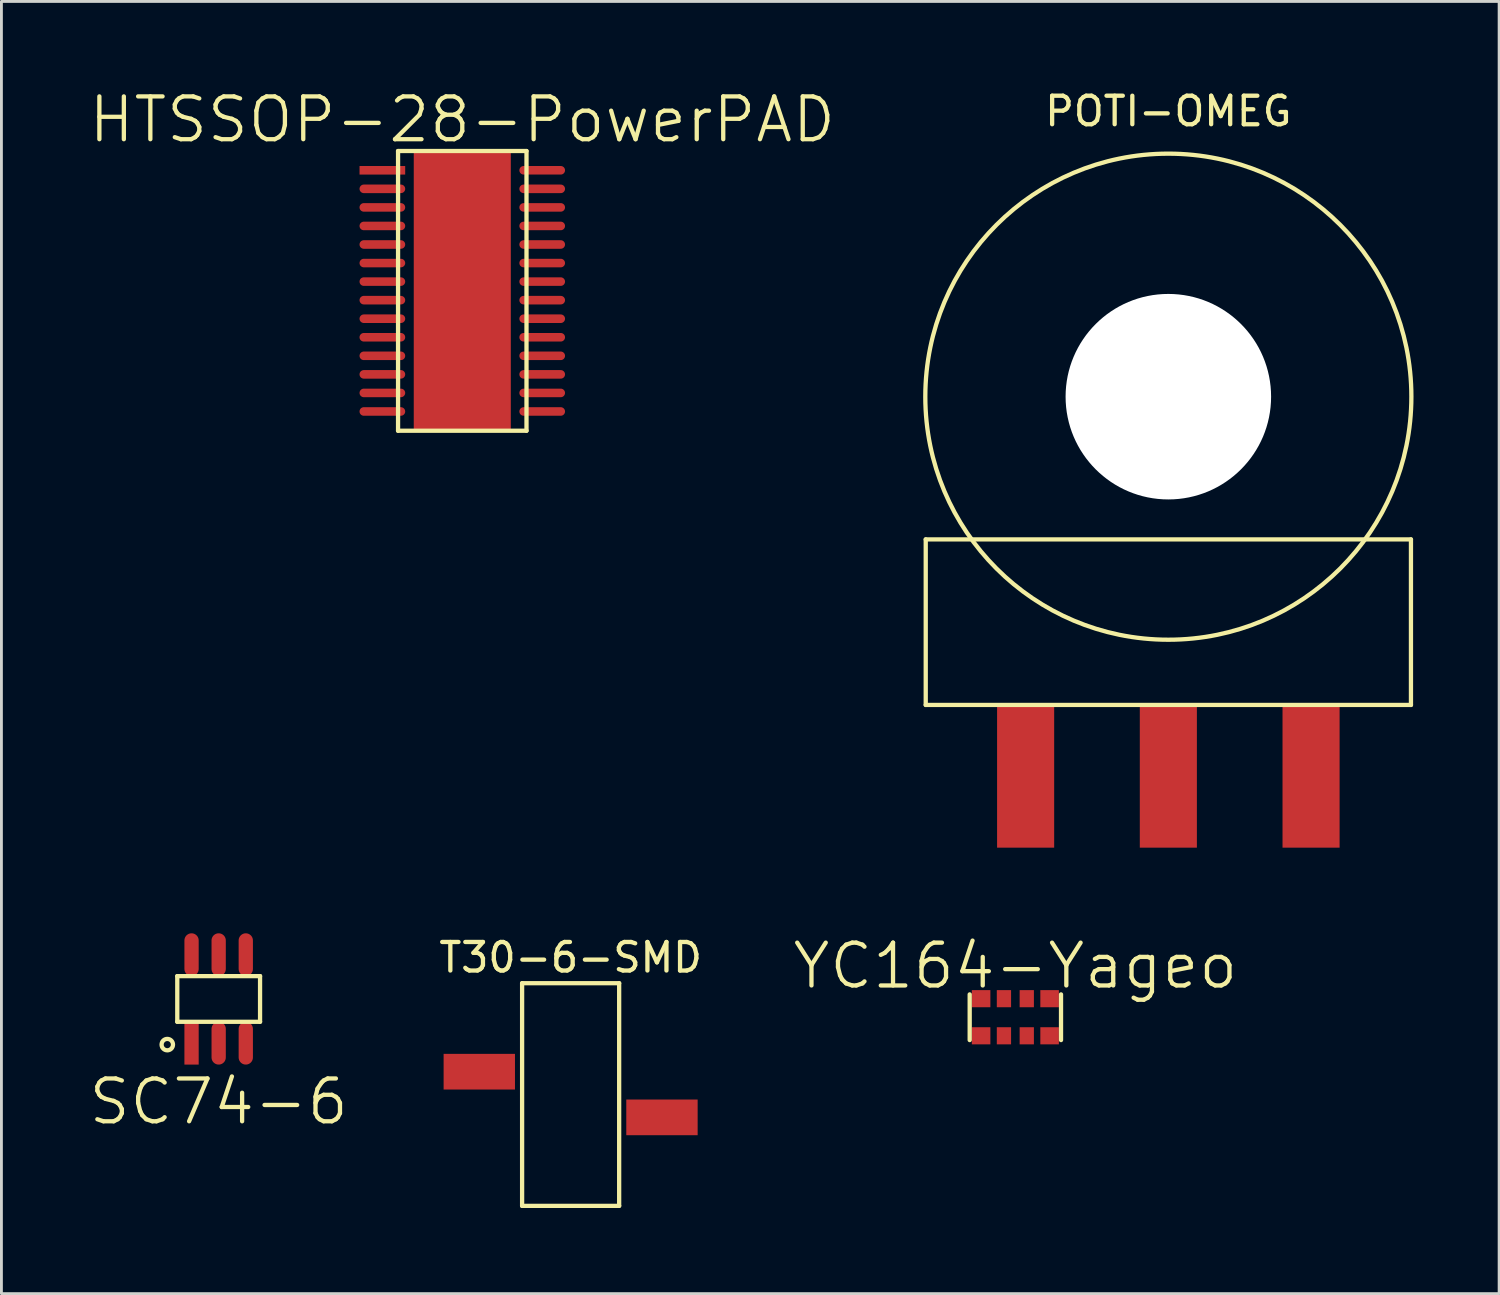
<source format=kicad_pcb>
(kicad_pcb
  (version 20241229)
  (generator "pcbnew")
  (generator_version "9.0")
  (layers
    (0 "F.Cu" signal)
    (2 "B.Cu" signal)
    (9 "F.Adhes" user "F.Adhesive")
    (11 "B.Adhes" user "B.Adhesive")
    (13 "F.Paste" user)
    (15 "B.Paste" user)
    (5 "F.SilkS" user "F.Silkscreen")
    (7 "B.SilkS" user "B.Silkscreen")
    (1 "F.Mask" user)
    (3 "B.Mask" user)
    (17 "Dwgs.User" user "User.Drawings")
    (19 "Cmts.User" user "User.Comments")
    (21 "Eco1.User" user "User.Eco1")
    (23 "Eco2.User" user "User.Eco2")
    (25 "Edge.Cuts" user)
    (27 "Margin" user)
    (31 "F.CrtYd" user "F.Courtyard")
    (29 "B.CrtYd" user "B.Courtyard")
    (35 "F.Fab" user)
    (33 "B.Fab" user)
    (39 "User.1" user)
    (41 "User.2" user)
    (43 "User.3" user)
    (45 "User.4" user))
  (footprint "SC74-6"
    (layer "F.Cu")
    (at 4.611 31.948)
    (property "Reference" "SC74-6" (at 0 3.6 0) (layer "F.SilkS") (effects (font (size 1.5 1.5) (thickness 0.15))))
    (attr through_hole)
    (fp_line (start -1.45 -0.8) (end -1.45 0.8) (stroke (width 0.15) (type solid)) (layer "F.SilkS"))
    (fp_line (start -1.45 0.8) (end 1.45 0.8) (stroke (width 0.15) (type solid)) (layer "F.SilkS"))
    (fp_line (start 1.45 -0.8) (end -1.45 -0.8) (stroke (width 0.15) (type solid)) (layer "F.SilkS"))
    (fp_line (start 1.45 0.8) (end 1.45 -0.8) (stroke (width 0.15) (type solid)) (layer "F.SilkS"))
    (fp_circle (center -1.8 1.6) (end -1.6 1.6) (stroke (width 0.15) (type solid)) (fill no) (layer "F.SilkS"))
    (pad "1" smd rect (at -0.95 1.55) (size 0.5 1.5) (layers "F.Cu" "F.Mask" "F.Paste"))
    (pad "2" smd oval (at 0 1.55) (size 0.5 1.5) (layers "F.Cu" "F.Mask" "F.Paste"))
    (pad "3" smd oval (at 0.95 1.55) (size 0.5 1.5) (layers "F.Cu" "F.Mask" "F.Paste"))
    (pad "4" smd oval (at 0.95 -1.55) (size 0.5 1.5) (layers "F.Cu" "F.Mask" "F.Paste"))
    (pad "5" smd oval (at 0 -1.55) (size 0.5 1.5) (layers "F.Cu" "F.Mask" "F.Paste"))
    (pad "6" smd oval (at -0.95 -1.55) (size 0.5 1.5) (layers "F.Cu" "F.Mask" "F.Paste")))
  (footprint "YC164-Yageo"
    (layer "F.Cu")
    (at 32.523 32.589)
    (property "Reference" "YC164-Yageo" (at 0 -1.8 0) (layer "F.SilkS") (effects (font (size 1.5 1.5) (thickness 0.15))))
    (attr through_hole)
    (fp_line (start -1.6 -0.8) (end -1.6 0.8) (stroke (width 0.15) (type solid)) (layer "F.SilkS"))
    (fp_line (start 1.6 -0.8) (end 1.6 0.8) (stroke (width 0.15) (type solid)) (layer "F.SilkS"))
    (pad "1" smd rect (at -1.2 0.65) (size 0.65 0.6) (layers "F.Cu" "F.Mask" "F.Paste"))
    (pad "2" smd rect (at -0.4 0.65) (size 0.5 0.6) (layers "F.Cu" "F.Mask" "F.Paste"))
    (pad "3" smd rect (at 0.4 0.65) (size 0.5 0.6) (layers "F.Cu" "F.Mask" "F.Paste"))
    (pad "4" smd rect (at 1.2 0.65) (size 0.65 0.6) (layers "F.Cu" "F.Mask" "F.Paste"))
    (pad "5" smd rect (at 1.2 -0.65) (size 0.65 0.6) (layers "F.Cu" "F.Mask" "F.Paste"))
    (pad "6" smd rect (at 0.4 -0.65) (size 0.5 0.6) (layers "F.Cu" "F.Mask" "F.Paste"))
    (pad "7" smd rect (at -0.4 -0.65) (size 0.5 0.6) (layers "F.Cu" "F.Mask" "F.Paste"))
    (pad "8" smd rect (at -1.2 -0.65) (size 0.65 0.6) (layers "F.Cu" "F.Mask" "F.Paste")))
  (footprint "T30-6-SMD"
    (layer "F.Cu")
    (at 16.942 35.297)
    (property "Reference" "T30-6-SMD" (at 0 -4.8 0) (layer "F.SilkS") (effects (font (size 1 1) (thickness 0.15))))
    (attr through_hole)
    (fp_line (start -1.7 -3.9) (end -1.7 3.9) (stroke (width 0.15) (type solid)) (layer "F.SilkS"))
    (fp_line (start -1.7 3.9) (end 1.7 3.9) (stroke (width 0.15) (type solid)) (layer "F.SilkS"))
    (fp_line (start 1.7 -3.9) (end -1.7 -3.9) (stroke (width 0.15) (type solid)) (layer "F.SilkS"))
    (fp_line (start 1.7 3.9) (end 1.7 -3.9) (stroke (width 0.15) (type solid)) (layer "F.SilkS"))
    (pad "1" smd rect (at -3.2 -0.8) (size 2.5 1.25) (layers "F.Cu" "F.Mask" "F.Paste"))
    (pad "2" smd rect (at 3.2 0.8) (size 2.5 1.25) (layers "F.Cu" "F.Mask" "F.Paste")))
  (footprint "POTI-OMEG"
    (layer "F.Cu")
    (at 37.883 10.848)
    (property "Reference" "POTI-OMEG" (at 0 -10 0) (layer "F.SilkS") (effects (font (size 1 1) (thickness 0.15))))
    (attr through_hole)
    (fp_line (start -8.5 5) (end 8.5 5) (stroke (width 0.15) (type solid)) (layer "F.SilkS"))
    (fp_line (start -8.5 10.8) (end -8.5 5) (stroke (width 0.15) (type solid)) (layer "F.SilkS"))
    (fp_line (start 8.5 5) (end 8.5 10.8) (stroke (width 0.15) (type solid)) (layer "F.SilkS"))
    (fp_line (start 8.5 10.8) (end -8.5 10.8) (stroke (width 0.15) (type solid)) (layer "F.SilkS"))
    (fp_circle (center 0 0) (end 8.5 0.5) (stroke (width 0.15) (type solid)) (fill no) (layer "F.SilkS"))
    (pad "" np_thru_hole circle (at 0 0) (size 7.2 7.2) (drill 7.2) (layers "*.Cu" "*.Mask"))
    (pad "1" smd rect (at 5 13.3) (size 2 5) (layers "F.Cu" "F.Mask" "F.Paste"))
    (pad "2" smd rect (at 0 13.3) (size 2 5) (layers "F.Cu" "F.Mask" "F.Paste"))
    (pad "3" smd rect (at -5 13.3) (size 2 5) (layers "F.Cu" "F.Mask" "F.Paste")))
  (footprint "HTSSOP-28-PowerPAD"
    (layer "F.Cu")
    (at 13.146 7.141)
    (property "Reference" "HTSSOP-28-PowerPAD" (at 0 -6 0) (layer "F.SilkS") (effects (font (size 1.5 1.5) (thickness 0.15))))
    (attr through_hole)
    (fp_line (start -2.25 -4.9) (end 2.25 -4.9) (stroke (width 0.15) (type solid)) (layer "F.SilkS"))
    (fp_line (start -2.25 4.9) (end -2.25 -4.9) (stroke (width 0.15) (type solid)) (layer "F.SilkS"))
    (fp_line (start 2.25 -4.9) (end 2.25 4.9) (stroke (width 0.15) (type solid)) (layer "F.SilkS"))
    (fp_line (start 2.25 4.9) (end -2.25 4.9) (stroke (width 0.15) (type solid)) (layer "F.SilkS"))
    (pad "" smd rect (at 0 0) (size 2.4 6.17) (layers "*.Mask" "F.Paste"))
    (pad "" smd rect (at 0 0) (size 3.4 9.7) (layers "F.Cu"))
    (pad "1" smd rect (at -2.8 -4.225) (size 1.6 0.3) (layers "F.Cu" "F.Mask" "F.Paste"))
    (pad "2" smd oval (at -2.8 -3.575) (size 1.6 0.3) (layers "F.Cu" "F.Mask" "F.Paste"))
    (pad "3" smd oval (at -2.8 -2.925) (size 1.6 0.3) (layers "F.Cu" "F.Mask" "F.Paste"))
    (pad "4" smd oval (at -2.8 -2.275) (size 1.6 0.3) (layers "F.Cu" "F.Mask" "F.Paste"))
    (pad "5" smd oval (at -2.8 -1.625) (size 1.6 0.3) (layers "F.Cu" "F.Mask" "F.Paste"))
    (pad "6" smd oval (at -2.8 -0.975) (size 1.6 0.3) (layers "F.Cu" "F.Mask" "F.Paste"))
    (pad "7" smd oval (at -2.8 -0.325) (size 1.6 0.3) (layers "F.Cu" "F.Mask" "F.Paste"))
    (pad "8" smd oval (at -2.8 0.325) (size 1.6 0.3) (layers "F.Cu" "F.Mask" "F.Paste"))
    (pad "9" smd oval (at -2.8 0.975) (size 1.6 0.3) (layers "F.Cu" "F.Mask" "F.Paste"))
    (pad "10" smd oval (at -2.8 1.625) (size 1.6 0.3) (layers "F.Cu" "F.Mask" "F.Paste"))
    (pad "11" smd oval (at -2.8 2.275) (size 1.6 0.3) (layers "F.Cu" "F.Mask" "F.Paste"))
    (pad "12" smd oval (at -2.8 2.925) (size 1.6 0.3) (layers "F.Cu" "F.Mask" "F.Paste"))
    (pad "13" smd oval (at -2.8 3.575) (size 1.6 0.3) (layers "F.Cu" "F.Mask" "F.Paste"))
    (pad "14" smd oval (at -2.8 4.225) (size 1.6 0.3) (layers "F.Cu" "F.Mask" "F.Paste"))
    (pad "15" smd oval (at 2.8 4.225) (size 1.6 0.3) (layers "F.Cu" "F.Mask" "F.Paste"))
    (pad "16" smd oval (at 2.8 3.575) (size 1.6 0.3) (layers "F.Cu" "F.Mask" "F.Paste"))
    (pad "17" smd oval (at 2.8 2.925) (size 1.6 0.3) (layers "F.Cu" "F.Mask" "F.Paste"))
    (pad "18" smd oval (at 2.8 2.275) (size 1.6 0.3) (layers "F.Cu" "F.Mask" "F.Paste"))
    (pad "19" smd oval (at 2.8 1.625) (size 1.6 0.3) (layers "F.Cu" "F.Mask" "F.Paste"))
    (pad "20" smd oval (at 2.8 0.975) (size 1.6 0.3) (layers "F.Cu" "F.Mask" "F.Paste"))
    (pad "21" smd oval (at 2.8 0.325) (size 1.6 0.3) (layers "F.Cu" "F.Mask" "F.Paste"))
    (pad "22" smd oval (at 2.8 -0.325) (size 1.6 0.3) (layers "F.Cu" "F.Mask" "F.Paste"))
    (pad "23" smd oval (at 2.8 -0.975) (size 1.6 0.3) (layers "F.Cu" "F.Mask" "F.Paste"))
    (pad "24" smd oval (at 2.8 -1.625) (size 1.6 0.3) (layers "F.Cu" "F.Mask" "F.Paste"))
    (pad "25" smd oval (at 2.8 -2.275) (size 1.6 0.3) (layers "F.Cu" "F.Mask" "F.Paste"))
    (pad "26" smd oval (at 2.8 -2.925) (size 1.6 0.3) (layers "F.Cu" "F.Mask" "F.Paste"))
    (pad "27" smd oval (at 2.8 -3.575) (size 1.6 0.3) (layers "F.Cu" "F.Mask" "F.Paste"))
    (pad "28" smd oval (at 2.8 -4.225) (size 1.6 0.3) (layers "F.Cu" "F.Mask" "F.Paste")))
  (gr_rect
    (start -3 -3)
    (end 49.472 42.272)
    (stroke (width 0.1) (type default))
    (fill no)
    (layer "Edge.Cuts")))
</source>
